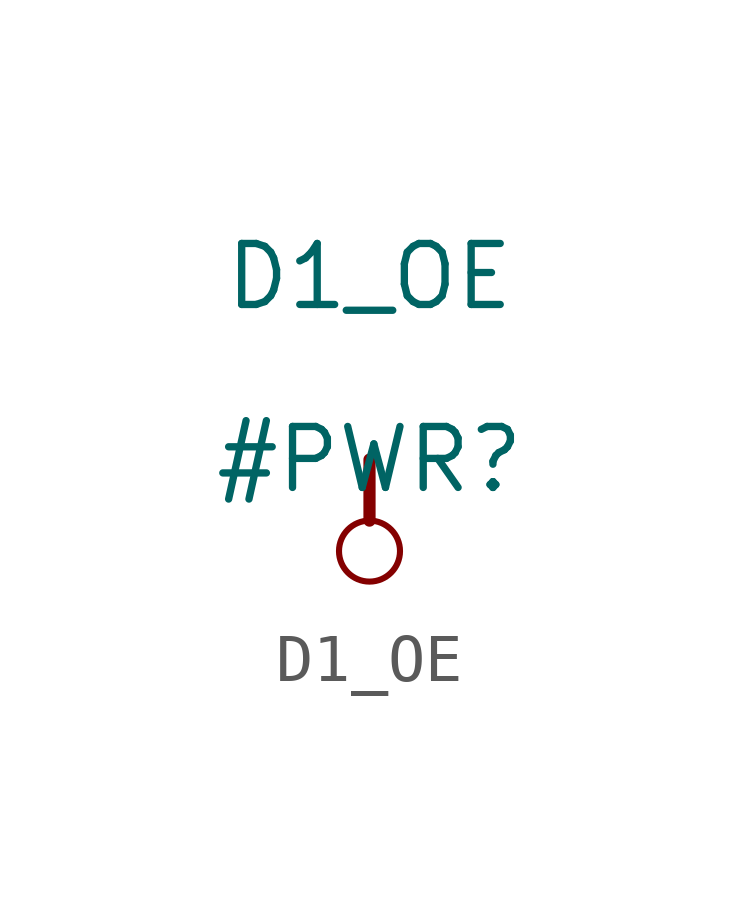
<source format=kicad_sym>
(kicad_symbol_lib
  (version 20211014)
  (generator kicad_symbol_editor)
  (symbol "D1_OE"
    (power)
    (property "Reference" "#PWR"
      (at 0 0 0)
      (effects (font (size 1.27 1.27))))
    (property "Value" "D1_OE"
      (at 0 3.81 0)
      (effects (font (size 1.27 1.27))))
    (symbol "D1_OE_0_0"
      (circle (center 0 -1.905) (radius 0.635) (stroke (width 0.127) (type default) (color 0 0 0 0)) (fill (type none)))
      (polyline (pts (xy 0 0) (xy 0 -1.27)) (stroke (width 0.254) (type default) (color 0 0 0 0)) (fill (type none)))
      (pin power_in line (at 0 0 0) (length 0) hide (name "D1_OE" (effects (font (size 1.27 1.27)))) (number "" (effects (font (size 1.27 1.27))))))))
</source>
